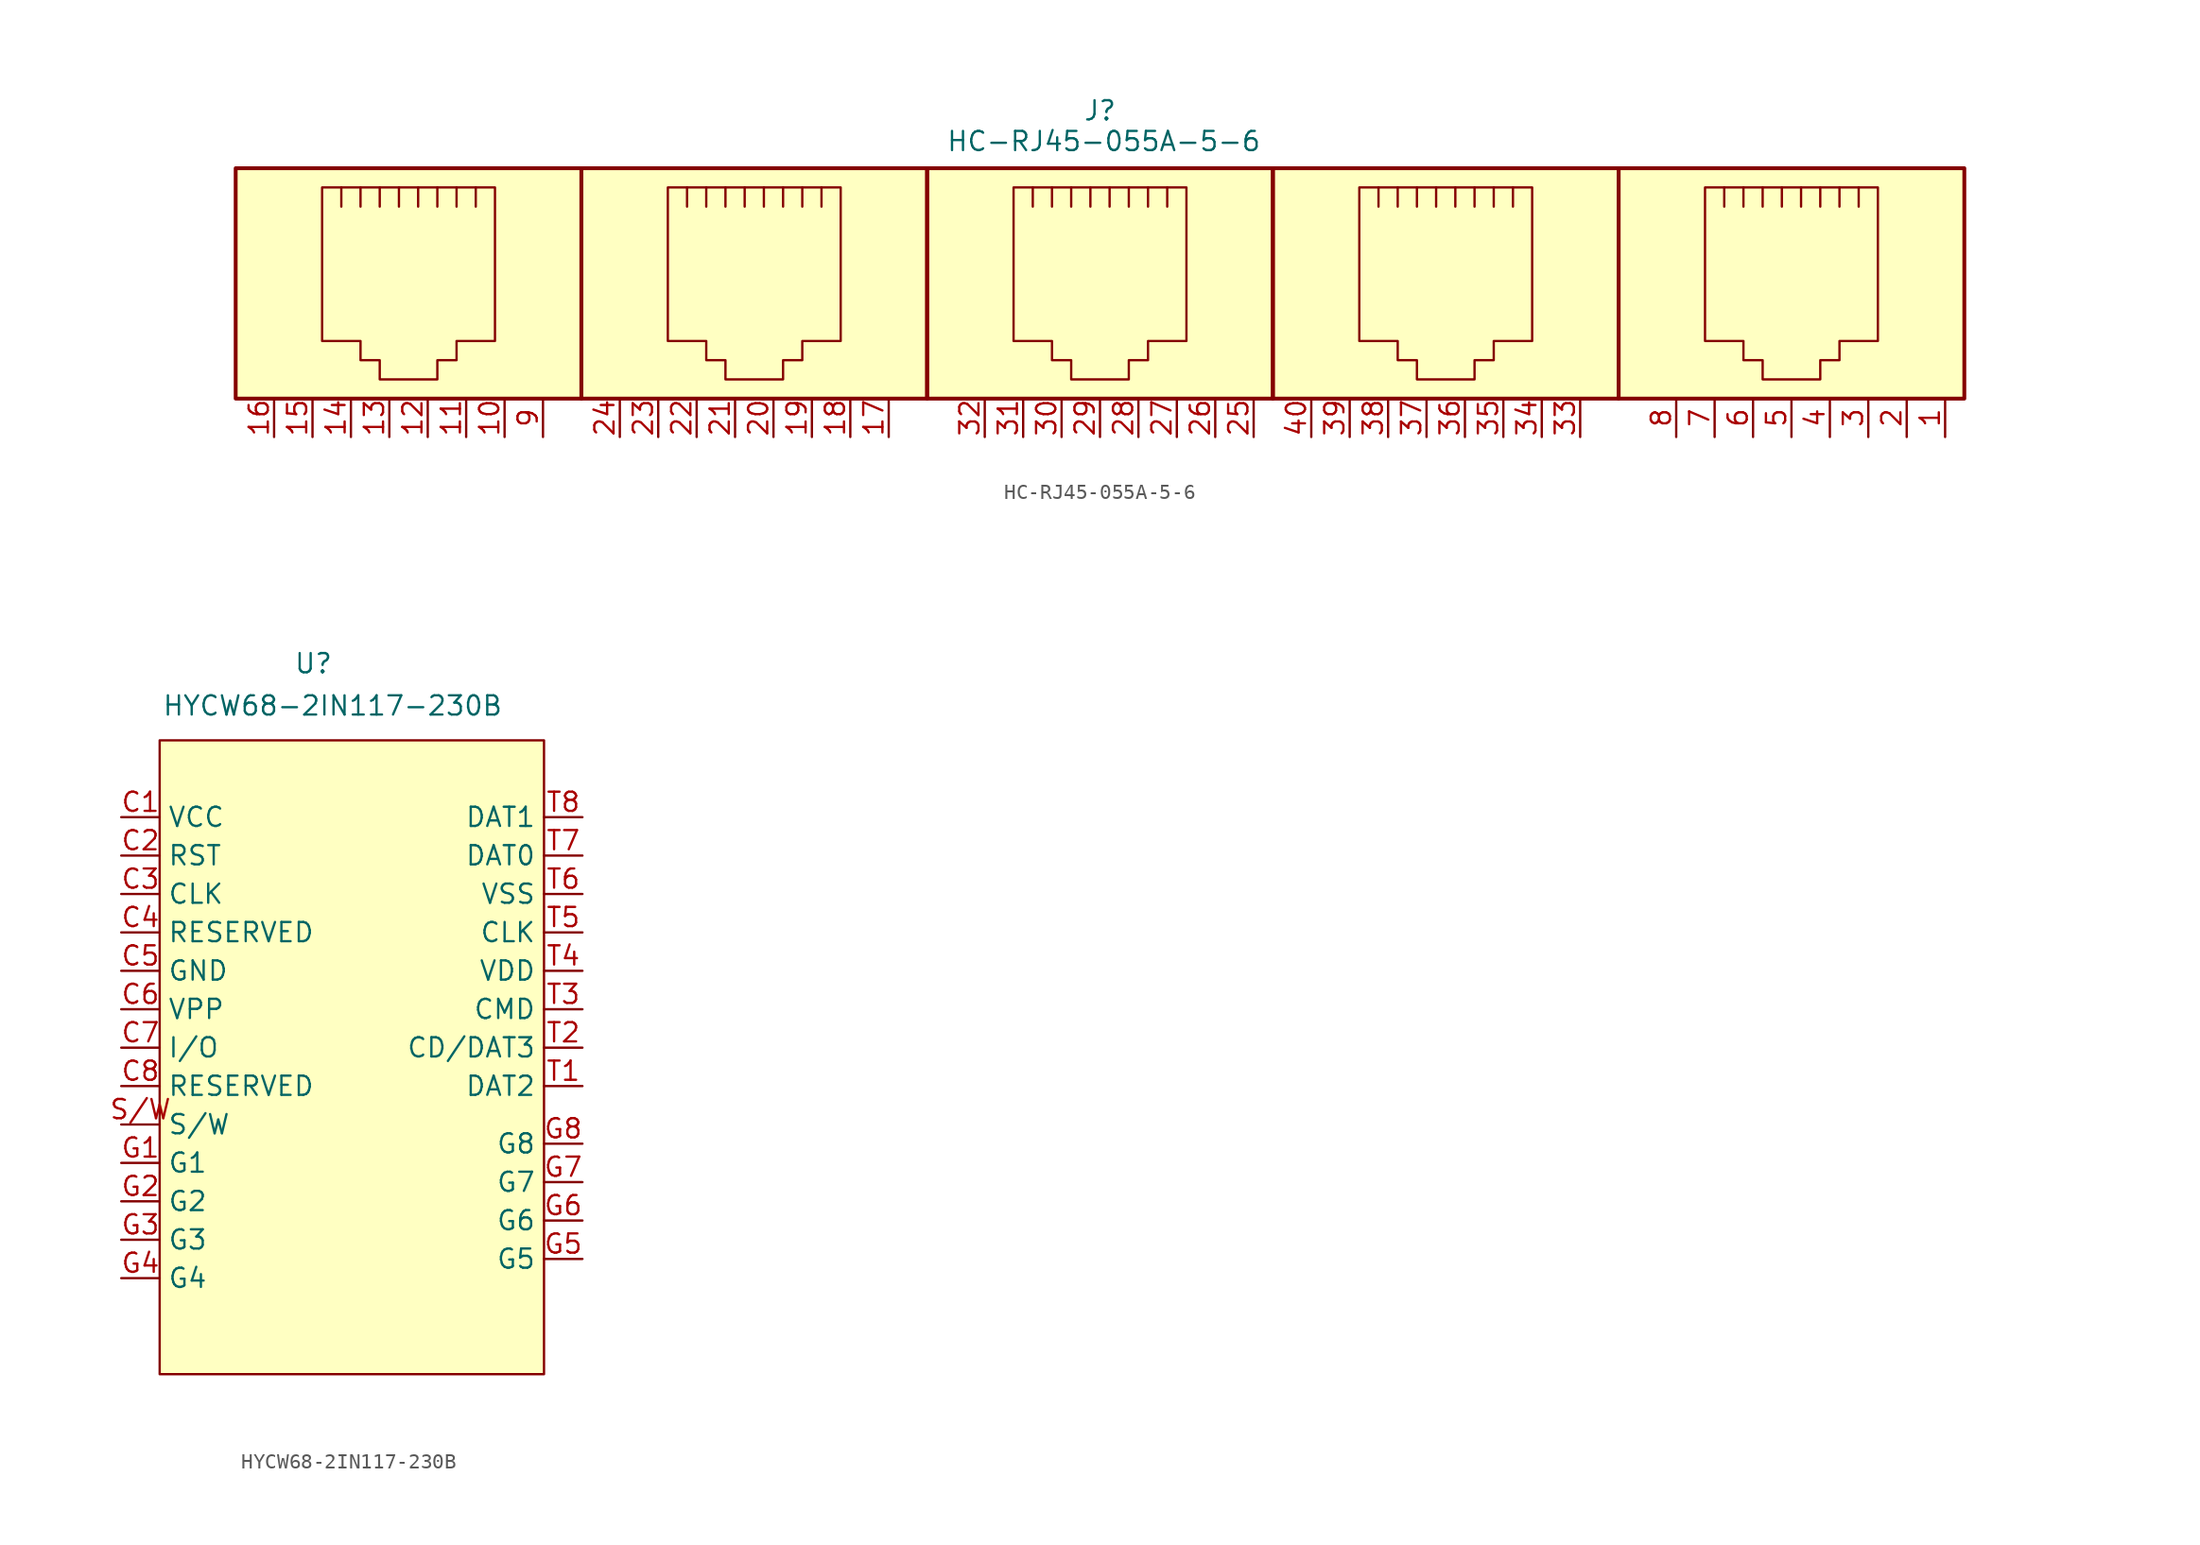
<source format=kicad_sym>
(kicad_symbol_lib
  (version 20241209)
  (generator "kicad_symbol_editor")
  (generator_version "9.0")
  (symbol "HC-RJ45-055A-5-6"
    (property "Reference" "J"
      (at 0 0 0)
      (effects (font (size 1.27 1.27))))
    (property "Value" "HC-RJ45-055A-5-6"
      (at 0.254 -2.032 0)
      (effects (font (size 1.27 1.27))))
    (symbol "HC-RJ45-055A-5-6_0_1"
      (rectangle (start -57.15 -3.81) (end -34.29 -19.05) (stroke (width 0.254) (type default)) (fill (type background)))
      (polyline (pts (xy -51.435 -5.08) (xy -40.005 -5.08) (xy -40.005 -15.24) (xy -42.545 -15.24) (xy -42.545 -16.51) (xy -43.815 -16.51) (xy -43.815 -17.78) (xy -47.625 -17.78) (xy -47.625 -16.51) (xy -48.895 -16.51) (xy -48.895 -15.24) (xy -51.435 -15.24) (xy -51.435 -5.08) (xy -51.435 -5.08)) (stroke (width 0) (type default)) (fill (type none)))
      (polyline (pts (xy -50.165 -5.08) (xy -50.165 -6.35) (xy -50.165 -6.35)) (stroke (width 0) (type default)) (fill (type none)))
      (polyline (pts (xy -48.895 -5.08) (xy -48.895 -6.35) (xy -48.895 -6.35)) (stroke (width 0) (type default)) (fill (type none)))
      (polyline (pts (xy -47.625 -5.08) (xy -47.625 -6.35) (xy -47.625 -6.35)) (stroke (width 0) (type default)) (fill (type none)))
      (polyline (pts (xy -46.355 -5.08) (xy -46.355 -6.35) (xy -46.355 -6.35)) (stroke (width 0) (type default)) (fill (type none)))
      (polyline (pts (xy -45.085 -5.08) (xy -45.085 -6.35) (xy -45.085 -6.35)) (stroke (width 0) (type default)) (fill (type none)))
      (polyline (pts (xy -43.815 -6.35) (xy -43.815 -5.08) (xy -43.815 -5.08)) (stroke (width 0) (type default)) (fill (type none)))
      (polyline (pts (xy -42.545 -6.35) (xy -42.545 -5.08)) (stroke (width 0) (type default)) (fill (type none)))
      (polyline (pts (xy -41.275 -6.35) (xy -41.275 -5.08)) (stroke (width 0) (type default)) (fill (type none)))
      (rectangle (start -34.29 -3.81) (end -11.43 -19.05) (stroke (width 0.254) (type default)) (fill (type background)))
      (polyline (pts (xy -28.575 -5.08) (xy -17.145 -5.08) (xy -17.145 -15.24) (xy -19.685 -15.24) (xy -19.685 -16.51) (xy -20.955 -16.51) (xy -20.955 -17.78) (xy -24.765 -17.78) (xy -24.765 -16.51) (xy -26.035 -16.51) (xy -26.035 -15.24) (xy -28.575 -15.24) (xy -28.575 -5.08) (xy -28.575 -5.08)) (stroke (width 0) (type default)) (fill (type none)))
      (polyline (pts (xy -27.305 -5.08) (xy -27.305 -6.35) (xy -27.305 -6.35)) (stroke (width 0) (type default)) (fill (type none)))
      (polyline (pts (xy -26.035 -5.08) (xy -26.035 -6.35) (xy -26.035 -6.35)) (stroke (width 0) (type default)) (fill (type none)))
      (polyline (pts (xy -24.765 -5.08) (xy -24.765 -6.35) (xy -24.765 -6.35)) (stroke (width 0) (type default)) (fill (type none)))
      (polyline (pts (xy -23.495 -5.08) (xy -23.495 -6.35) (xy -23.495 -6.35)) (stroke (width 0) (type default)) (fill (type none)))
      (polyline (pts (xy -22.225 -5.08) (xy -22.225 -6.35) (xy -22.225 -6.35)) (stroke (width 0) (type default)) (fill (type none)))
      (polyline (pts (xy -20.955 -6.35) (xy -20.955 -5.08) (xy -20.955 -5.08)) (stroke (width 0) (type default)) (fill (type none)))
      (polyline (pts (xy -19.685 -6.35) (xy -19.685 -5.08)) (stroke (width 0) (type default)) (fill (type none)))
      (polyline (pts (xy -18.415 -6.35) (xy -18.415 -5.08)) (stroke (width 0) (type default)) (fill (type none)))
      (rectangle (start -11.43 -3.81) (end 11.43 -19.05) (stroke (width 0.254) (type default)) (fill (type background)))
      (polyline (pts (xy -5.715 -5.08) (xy 5.715 -5.08) (xy 5.715 -15.24) (xy 3.175 -15.24) (xy 3.175 -16.51) (xy 1.905 -16.51) (xy 1.905 -17.78) (xy -1.905 -17.78) (xy -1.905 -16.51) (xy -3.175 -16.51) (xy -3.175 -15.24) (xy -5.715 -15.24) (xy -5.715 -5.08) (xy -5.715 -5.08)) (stroke (width 0) (type default)) (fill (type none)))
      (polyline (pts (xy -4.445 -5.08) (xy -4.445 -6.35) (xy -4.445 -6.35)) (stroke (width 0) (type default)) (fill (type none)))
      (polyline (pts (xy -3.175 -5.08) (xy -3.175 -6.35) (xy -3.175 -6.35)) (stroke (width 0) (type default)) (fill (type none)))
      (polyline (pts (xy -1.905 -5.08) (xy -1.905 -6.35) (xy -1.905 -6.35)) (stroke (width 0) (type default)) (fill (type none)))
      (polyline (pts (xy -0.635 -5.08) (xy -0.635 -6.35) (xy -0.635 -6.35)) (stroke (width 0) (type default)) (fill (type none)))
      (polyline (pts (xy 0.635 -5.08) (xy 0.635 -6.35) (xy 0.635 -6.35)) (stroke (width 0) (type default)) (fill (type none)))
      (polyline (pts (xy 1.905 -6.35) (xy 1.905 -5.08) (xy 1.905 -5.08)) (stroke (width 0) (type default)) (fill (type none)))
      (polyline (pts (xy 3.175 -6.35) (xy 3.175 -5.08)) (stroke (width 0) (type default)) (fill (type none)))
      (polyline (pts (xy 4.445 -6.35) (xy 4.445 -5.08)) (stroke (width 0) (type default)) (fill (type none)))
      (rectangle (start 11.43 -3.81) (end 34.29 -19.05) (stroke (width 0.254) (type default)) (fill (type background)))
      (polyline (pts (xy 17.145 -5.08) (xy 28.575 -5.08) (xy 28.575 -15.24) (xy 26.035 -15.24) (xy 26.035 -16.51) (xy 24.765 -16.51) (xy 24.765 -17.78) (xy 20.955 -17.78) (xy 20.955 -16.51) (xy 19.685 -16.51) (xy 19.685 -15.24) (xy 17.145 -15.24) (xy 17.145 -5.08) (xy 17.145 -5.08)) (stroke (width 0) (type default)) (fill (type none)))
      (polyline (pts (xy 18.415 -5.08) (xy 18.415 -6.35) (xy 18.415 -6.35)) (stroke (width 0) (type default)) (fill (type none)))
      (polyline (pts (xy 19.685 -5.08) (xy 19.685 -6.35) (xy 19.685 -6.35)) (stroke (width 0) (type default)) (fill (type none)))
      (polyline (pts (xy 20.955 -5.08) (xy 20.955 -6.35) (xy 20.955 -6.35)) (stroke (width 0) (type default)) (fill (type none)))
      (polyline (pts (xy 22.225 -5.08) (xy 22.225 -6.35) (xy 22.225 -6.35)) (stroke (width 0) (type default)) (fill (type none)))
      (polyline (pts (xy 23.495 -5.08) (xy 23.495 -6.35) (xy 23.495 -6.35)) (stroke (width 0) (type default)) (fill (type none)))
      (polyline (pts (xy 24.765 -6.35) (xy 24.765 -5.08) (xy 24.765 -5.08)) (stroke (width 0) (type default)) (fill (type none)))
      (polyline (pts (xy 26.035 -6.35) (xy 26.035 -5.08)) (stroke (width 0) (type default)) (fill (type none)))
      (polyline (pts (xy 27.305 -6.35) (xy 27.305 -5.08)) (stroke (width 0) (type default)) (fill (type none)))
      (rectangle (start 34.29 -3.81) (end 57.15 -19.05) (stroke (width 0.254) (type default)) (fill (type background)))
      (polyline (pts (xy 40.005 -5.08) (xy 51.435 -5.08) (xy 51.435 -15.24) (xy 48.895 -15.24) (xy 48.895 -16.51) (xy 47.625 -16.51) (xy 47.625 -17.78) (xy 43.815 -17.78) (xy 43.815 -16.51) (xy 42.545 -16.51) (xy 42.545 -15.24) (xy 40.005 -15.24) (xy 40.005 -5.08) (xy 40.005 -5.08)) (stroke (width 0) (type default)) (fill (type none)))
      (polyline (pts (xy 41.275 -5.08) (xy 41.275 -6.35) (xy 41.275 -6.35)) (stroke (width 0) (type default)) (fill (type none)))
      (polyline (pts (xy 42.545 -5.08) (xy 42.545 -6.35) (xy 42.545 -6.35)) (stroke (width 0) (type default)) (fill (type none)))
      (polyline (pts (xy 43.815 -5.08) (xy 43.815 -6.35) (xy 43.815 -6.35)) (stroke (width 0) (type default)) (fill (type none)))
      (polyline (pts (xy 45.085 -5.08) (xy 45.085 -6.35) (xy 45.085 -6.35)) (stroke (width 0) (type default)) (fill (type none)))
      (polyline (pts (xy 46.355 -5.08) (xy 46.355 -6.35) (xy 46.355 -6.35)) (stroke (width 0) (type default)) (fill (type none)))
      (polyline (pts (xy 47.625 -6.35) (xy 47.625 -5.08) (xy 47.625 -5.08)) (stroke (width 0) (type default)) (fill (type none)))
      (polyline (pts (xy 48.895 -6.35) (xy 48.895 -5.08)) (stroke (width 0) (type default)) (fill (type none)))
      (polyline (pts (xy 50.165 -6.35) (xy 50.165 -5.08)) (stroke (width 0) (type default)) (fill (type none))))
    (symbol "HC-RJ45-055A-5-6_1_0"
      (pin bidirectional line (at -54.61 -21.59 90) (length 2.54) (name "" (effects (font (size 1.27 1.27)))) (number "16" (effects (font (size 1.27 1.27)))))
      (pin bidirectional line (at -52.07 -21.59 90) (length 2.54) (name "" (effects (font (size 1.27 1.27)))) (number "15" (effects (font (size 1.27 1.27)))))
      (pin bidirectional line (at -49.53 -21.59 90) (length 2.54) (name "" (effects (font (size 1.27 1.27)))) (number "14" (effects (font (size 1.27 1.27)))))
      (pin bidirectional line (at -46.99 -21.59 90) (length 2.54) (name "" (effects (font (size 1.27 1.27)))) (number "13" (effects (font (size 1.27 1.27)))))
      (pin bidirectional line (at -44.45 -21.59 90) (length 2.54) (name "" (effects (font (size 1.27 1.27)))) (number "12" (effects (font (size 1.27 1.27)))))
      (pin bidirectional line (at -41.91 -21.59 90) (length 2.54) (name "" (effects (font (size 1.27 1.27)))) (number "11" (effects (font (size 1.27 1.27)))))
      (pin bidirectional line (at -39.37 -21.59 90) (length 2.54) (name "" (effects (font (size 1.27 1.27)))) (number "10" (effects (font (size 1.27 1.27)))))
      (pin bidirectional line (at -36.83 -21.59 90) (length 2.54) (name "" (effects (font (size 1.27 1.27)))) (number "9" (effects (font (size 1.27 1.27)))))
      (pin bidirectional line (at -31.75 -21.59 90) (length 2.54) (name "" (effects (font (size 1.27 1.27)))) (number "24" (effects (font (size 1.27 1.27)))))
      (pin bidirectional line (at -29.21 -21.59 90) (length 2.54) (name "" (effects (font (size 1.27 1.27)))) (number "23" (effects (font (size 1.27 1.27)))))
      (pin bidirectional line (at -26.67 -21.59 90) (length 2.54) (name "" (effects (font (size 1.27 1.27)))) (number "22" (effects (font (size 1.27 1.27)))))
      (pin bidirectional line (at -24.13 -21.59 90) (length 2.54) (name "" (effects (font (size 1.27 1.27)))) (number "21" (effects (font (size 1.27 1.27)))))
      (pin bidirectional line (at -21.59 -21.59 90) (length 2.54) (name "" (effects (font (size 1.27 1.27)))) (number "20" (effects (font (size 1.27 1.27)))))
      (pin bidirectional line (at -19.05 -21.59 90) (length 2.54) (name "" (effects (font (size 1.27 1.27)))) (number "19" (effects (font (size 1.27 1.27)))))
      (pin bidirectional line (at -16.51 -21.59 90) (length 2.54) (name "" (effects (font (size 1.27 1.27)))) (number "18" (effects (font (size 1.27 1.27)))))
      (pin bidirectional line (at -13.97 -21.59 90) (length 2.54) (name "" (effects (font (size 1.27 1.27)))) (number "17" (effects (font (size 1.27 1.27)))))
      (pin bidirectional line (at -7.62 -21.59 90) (length 2.54) (name "" (effects (font (size 1.27 1.27)))) (number "32" (effects (font (size 1.27 1.27)))))
      (pin bidirectional line (at -5.08 -21.59 90) (length 2.54) (name "" (effects (font (size 1.27 1.27)))) (number "31" (effects (font (size 1.27 1.27)))))
      (pin bidirectional line (at -2.54 -21.59 90) (length 2.54) (name "" (effects (font (size 1.27 1.27)))) (number "30" (effects (font (size 1.27 1.27)))))
      (pin bidirectional line (at 0 -21.59 90) (length 2.54) (name "" (effects (font (size 1.27 1.27)))) (number "29" (effects (font (size 1.27 1.27)))))
      (pin bidirectional line (at 2.54 -21.59 90) (length 2.54) (name "" (effects (font (size 1.27 1.27)))) (number "28" (effects (font (size 1.27 1.27)))))
      (pin bidirectional line (at 5.08 -21.59 90) (length 2.54) (name "" (effects (font (size 1.27 1.27)))) (number "27" (effects (font (size 1.27 1.27)))))
      (pin bidirectional line (at 7.62 -21.59 90) (length 2.54) (name "" (effects (font (size 1.27 1.27)))) (number "26" (effects (font (size 1.27 1.27)))))
      (pin bidirectional line (at 10.16 -21.59 90) (length 2.54) (name "" (effects (font (size 1.27 1.27)))) (number "25" (effects (font (size 1.27 1.27)))))
      (pin bidirectional line (at 13.97 -21.59 90) (length 2.54) (name "" (effects (font (size 1.27 1.27)))) (number "40" (effects (font (size 1.27 1.27)))))
      (pin bidirectional line (at 16.51 -21.59 90) (length 2.54) (name "" (effects (font (size 1.27 1.27)))) (number "39" (effects (font (size 1.27 1.27)))))
      (pin bidirectional line (at 19.05 -21.59 90) (length 2.54) (name "" (effects (font (size 1.27 1.27)))) (number "38" (effects (font (size 1.27 1.27)))))
      (pin bidirectional line (at 21.59 -21.59 90) (length 2.54) (name "" (effects (font (size 1.27 1.27)))) (number "37" (effects (font (size 1.27 1.27)))))
      (pin bidirectional line (at 24.13 -21.59 90) (length 2.54) (name "" (effects (font (size 1.27 1.27)))) (number "36" (effects (font (size 1.27 1.27)))))
      (pin bidirectional line (at 26.67 -21.59 90) (length 2.54) (name "" (effects (font (size 1.27 1.27)))) (number "35" (effects (font (size 1.27 1.27)))))
      (pin bidirectional line (at 29.21 -21.59 90) (length 2.54) (name "" (effects (font (size 1.27 1.27)))) (number "34" (effects (font (size 1.27 1.27)))))
      (pin bidirectional line (at 31.75 -21.59 90) (length 2.54) (name "" (effects (font (size 1.27 1.27)))) (number "33" (effects (font (size 1.27 1.27)))))
      (pin bidirectional line (at 38.1 -21.59 90) (length 2.54) (name "" (effects (font (size 1.27 1.27)))) (number "8" (effects (font (size 1.27 1.27)))))
      (pin bidirectional line (at 40.64 -21.59 90) (length 2.54) (name "" (effects (font (size 1.27 1.27)))) (number "7" (effects (font (size 1.27 1.27)))))
      (pin bidirectional line (at 43.18 -21.59 90) (length 2.54) (name "" (effects (font (size 1.27 1.27)))) (number "6" (effects (font (size 1.27 1.27)))))
      (pin bidirectional line (at 45.72 -21.59 90) (length 2.54) (name "" (effects (font (size 1.27 1.27)))) (number "5" (effects (font (size 1.27 1.27)))))
      (pin bidirectional line (at 48.26 -21.59 90) (length 2.54) (name "" (effects (font (size 1.27 1.27)))) (number "4" (effects (font (size 1.27 1.27)))))
      (pin bidirectional line (at 50.8 -21.59 90) (length 2.54) (name "" (effects (font (size 1.27 1.27)))) (number "3" (effects (font (size 1.27 1.27)))))
      (pin bidirectional line (at 53.34 -21.59 90) (length 2.54) (name "" (effects (font (size 1.27 1.27)))) (number "2" (effects (font (size 1.27 1.27)))))
      (pin bidirectional line (at 55.88 -21.59 90) (length 2.54) (name "" (effects (font (size 1.27 1.27)))) (number "1" (effects (font (size 1.27 1.27)))))))
  (symbol "HYCW68-2IN117-230B"
    (property "Reference" "U"
      (at 0 0 0)
      (effects (font (size 1.27 1.27))))
    (property "Value" "HYCW68-2IN117-230B"
      (at 1.27 -2.794 0)
      (effects (font (size 1.27 1.27))))
    (symbol "HYCW68-2IN117-230B_0_0"
      (pin passive line (at -12.7 -10.16 0) (length 2.54) (name "VCC" (effects (font (size 1.27 1.27)))) (number "C1" (effects (font (size 1.27 1.27)))))
      (pin passive line (at -12.7 -12.7 0) (length 2.54) (name "RST" (effects (font (size 1.27 1.27)))) (number "C2" (effects (font (size 1.27 1.27)))))
      (pin passive line (at -12.7 -15.24 0) (length 2.54) (name "CLK" (effects (font (size 1.27 1.27)))) (number "C3" (effects (font (size 1.27 1.27)))))
      (pin passive line (at -12.7 -17.78 0) (length 2.54) (name "RESERVED" (effects (font (size 1.27 1.27)))) (number "C4" (effects (font (size 1.27 1.27)))))
      (pin passive line (at -12.7 -20.32 0) (length 2.54) (name "GND" (effects (font (size 1.27 1.27)))) (number "C5" (effects (font (size 1.27 1.27)))))
      (pin passive line (at -12.7 -22.86 0) (length 2.54) (name "VPP" (effects (font (size 1.27 1.27)))) (number "C6" (effects (font (size 1.27 1.27)))))
      (pin passive line (at -12.7 -25.4 0) (length 2.54) (name "I/O" (effects (font (size 1.27 1.27)))) (number "C7" (effects (font (size 1.27 1.27)))))
      (pin passive line (at -12.7 -27.94 0) (length 2.54) (name "RESERVED" (effects (font (size 1.27 1.27)))) (number "C8" (effects (font (size 1.27 1.27)))))
      (pin passive line (at -12.7 -30.48 0) (length 2.54) (name "S/W" (effects (font (size 1.27 1.27)))) (number "S/W" (effects (font (size 1.27 1.27)))))
      (pin passive line (at -12.7 -33.02 0) (length 2.54) (name "G1" (effects (font (size 1.27 1.27)))) (number "G1" (effects (font (size 1.27 1.27)))))
      (pin passive line (at -12.7 -35.56 0) (length 2.54) (name "G2" (effects (font (size 1.27 1.27)))) (number "G2" (effects (font (size 1.27 1.27)))))
      (pin passive line (at -12.7 -38.1 0) (length 2.54) (name "G3" (effects (font (size 1.27 1.27)))) (number "G3" (effects (font (size 1.27 1.27)))))
      (pin passive line (at -12.7 -40.64 0) (length 2.54) (name "G4" (effects (font (size 1.27 1.27)))) (number "G4" (effects (font (size 1.27 1.27)))))
      (pin passive line (at 17.78 -10.16 180) (length 2.54) (name "DAT1" (effects (font (size 1.27 1.27)))) (number "T8" (effects (font (size 1.27 1.27)))))
      (pin passive line (at 17.78 -12.7 180) (length 2.54) (name "DAT0" (effects (font (size 1.27 1.27)))) (number "T7" (effects (font (size 1.27 1.27)))))
      (pin passive line (at 17.78 -15.24 180) (length 2.54) (name "VSS" (effects (font (size 1.27 1.27)))) (number "T6" (effects (font (size 1.27 1.27)))))
      (pin passive line (at 17.78 -17.78 180) (length 2.54) (name "CLK" (effects (font (size 1.27 1.27)))) (number "T5" (effects (font (size 1.27 1.27)))))
      (pin passive line (at 17.78 -20.32 180) (length 2.54) (name "VDD" (effects (font (size 1.27 1.27)))) (number "T4" (effects (font (size 1.27 1.27)))))
      (pin passive line (at 17.78 -22.86 180) (length 2.54) (name "CMD" (effects (font (size 1.27 1.27)))) (number "T3" (effects (font (size 1.27 1.27)))))
      (pin passive line (at 17.78 -25.4 180) (length 2.54) (name "CD/DAT3" (effects (font (size 1.27 1.27)))) (number "T2" (effects (font (size 1.27 1.27)))))
      (pin passive line (at 17.78 -27.94 180) (length 2.54) (name "DAT2" (effects (font (size 1.27 1.27)))) (number "T1" (effects (font (size 1.27 1.27)))))
      (pin passive line (at 17.78 -31.75 180) (length 2.54) (name "G8" (effects (font (size 1.27 1.27)))) (number "G8" (effects (font (size 1.27 1.27)))))
      (pin passive line (at 17.78 -34.29 180) (length 2.54) (name "G7" (effects (font (size 1.27 1.27)))) (number "G7" (effects (font (size 1.27 1.27)))))
      (pin passive line (at 17.78 -36.83 180) (length 2.54) (name "G6" (effects (font (size 1.27 1.27)))) (number "G6" (effects (font (size 1.27 1.27)))))
      (pin passive line (at 17.78 -39.37 180) (length 2.54) (name "G5" (effects (font (size 1.27 1.27)))) (number "G5" (effects (font (size 1.27 1.27))))))
    (symbol "HYCW68-2IN117-230B_1_1"
      (rectangle (start -10.16 -5.08) (end 15.24 -46.99) (stroke (width 0) (type solid)) (fill (type background))))))
</source>
